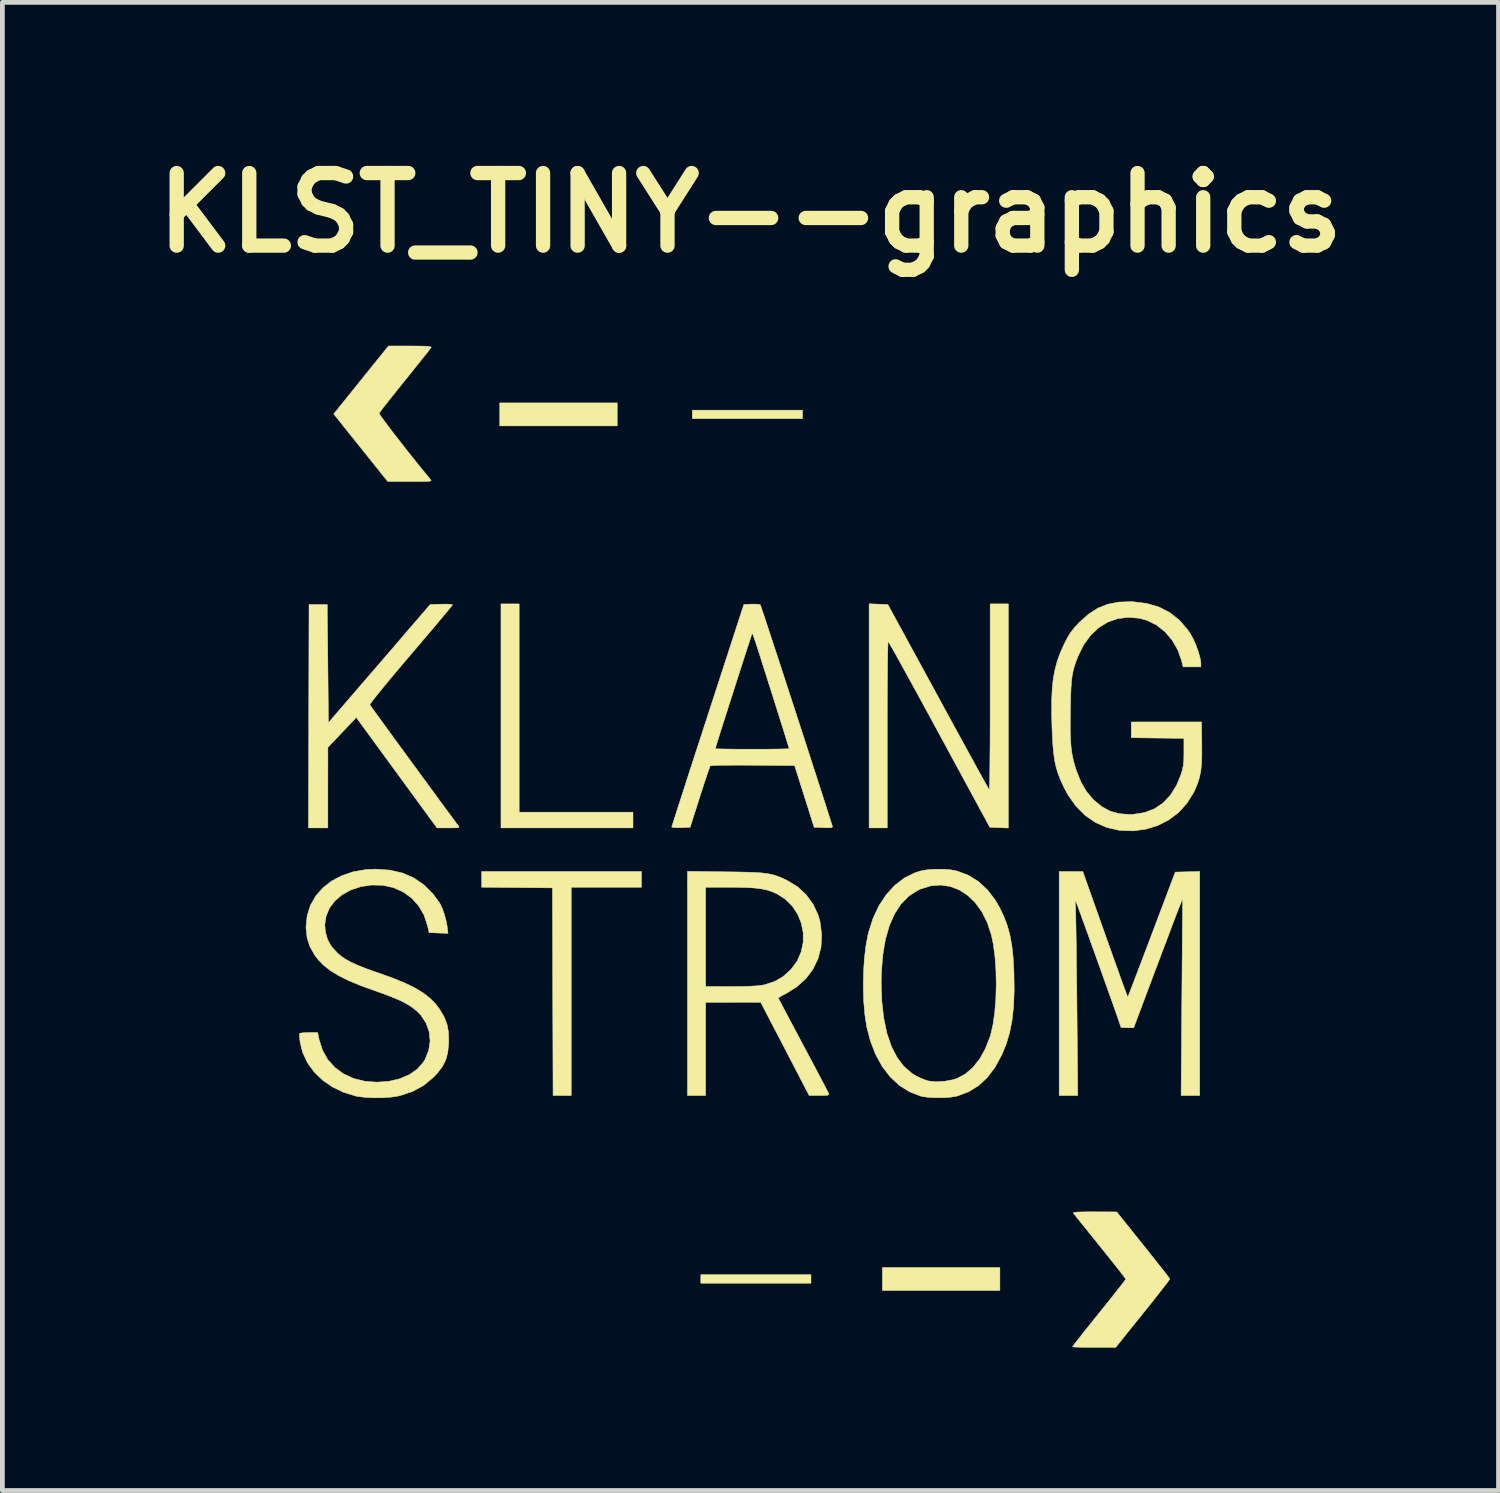
<source format=kicad_pcb>
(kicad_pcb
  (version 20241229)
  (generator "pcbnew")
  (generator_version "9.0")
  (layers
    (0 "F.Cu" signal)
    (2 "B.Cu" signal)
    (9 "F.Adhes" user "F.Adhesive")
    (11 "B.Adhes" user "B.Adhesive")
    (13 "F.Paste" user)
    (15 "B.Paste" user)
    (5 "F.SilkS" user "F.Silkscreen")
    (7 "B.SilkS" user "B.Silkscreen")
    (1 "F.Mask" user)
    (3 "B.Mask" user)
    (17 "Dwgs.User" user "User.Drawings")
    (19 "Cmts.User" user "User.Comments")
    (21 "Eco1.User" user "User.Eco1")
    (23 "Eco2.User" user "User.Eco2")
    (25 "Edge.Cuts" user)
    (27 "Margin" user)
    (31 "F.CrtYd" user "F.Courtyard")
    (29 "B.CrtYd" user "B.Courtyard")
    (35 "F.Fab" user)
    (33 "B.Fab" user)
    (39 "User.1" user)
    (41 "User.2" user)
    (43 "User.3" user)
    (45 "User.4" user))
  (footprint "KLST_TINY--graphics"
    (layer "F.Cu")
    (at 12.707 1.418)
    (property "Reference" "KLST_TINY--graphics" (at 0 0 0) (layer "F.SilkS") (effects (font (size 1.524 1.524) (thickness 0.3))))
    (attr through_hole)
    (fp_poly (pts (xy -2.797 4.475) (xy -5.263 4.475) (xy -5.263 3.992) (xy -2.797 3.992) (xy -2.797 4.475)) (stroke (width 0.01) (type solid)) (fill yes) (layer "F.SilkS"))
    (fp_poly (pts (xy 1.093 4.322) (xy -1.22 4.322) (xy -1.22 4.144) (xy 1.093 4.144) (xy 1.093 4.322)) (stroke (width 0.01) (type solid)) (fill yes) (layer "F.SilkS"))
    (fp_poly (pts (xy 1.271 22.476) (xy -1.042 22.476) (xy -1.042 22.298) (xy 1.271 22.298) (xy 1.271 22.476)) (stroke (width 0.01) (type solid)) (fill yes) (layer "F.SilkS"))
    (fp_poly (pts (xy 5.238 22.629) (xy 2.771 22.629) (xy 2.771 22.146) (xy 5.238 22.146) (xy 5.238 22.629)) (stroke (width 0.01) (type solid)) (fill yes) (layer "F.SilkS"))
    (fp_poly (pts (xy -4.856 12.586) (xy -2.466 12.586) (xy -2.466 12.916) (xy -5.238 12.916) (xy -5.238 8.212) (xy -4.856 8.212) (xy -4.856 12.586)) (stroke (width 0.01) (type solid)) (fill yes) (layer "F.SilkS"))
    (fp_poly (pts (xy -2.288 14.162) (xy -3.763 14.162) (xy -3.763 18.535) (xy -4.144 18.535) (xy -4.151 16.355) (xy -4.157 14.175) (xy -4.901 14.168) (xy -5.644 14.161) (xy -5.644 13.831) (xy -2.288 13.831) (xy -2.288 14.162)) (stroke (width 0.01) (type solid)) (fill yes) (layer "F.SilkS"))
    (fp_poly (pts (xy -6.974 2.798) (xy -6.851 2.8) (xy -6.768 2.804) (xy -6.721 2.811) (xy -6.702 2.821) (xy -6.703 2.829) (xy -6.723 2.855) (xy -6.772 2.917) (xy -6.844 3.008) (xy -6.937 3.124) (xy -7.046 3.26) (xy -7.167 3.412) (xy -7.253 3.518) (xy -7.381 3.677) (xy -7.498 3.824) (xy -7.601 3.954) (xy -7.687 4.062) (xy -7.75 4.145) (xy -7.788 4.195) (xy -7.797 4.21) (xy -7.784 4.235) (xy -7.743 4.294) (xy -7.679 4.382) (xy -7.595 4.494) (xy -7.496 4.624) (xy -7.385 4.767) (xy -7.267 4.918) (xy -7.147 5.071) (xy -7.027 5.221) (xy -6.913 5.363) (xy -6.808 5.491) (xy -6.717 5.6) (xy -6.706 5.616) (xy -6.709 5.627) (xy -6.731 5.635) (xy -6.779 5.64) (xy -6.859 5.642) (xy -6.976 5.643) (xy -7.139 5.643) (xy -7.147 5.643) (xy -7.615 5.642) (xy -8.183 4.933) (xy -8.75 4.224) (xy -8.175 3.51) (xy -7.6 2.797) (xy -7.142 2.797) (xy -6.974 2.798)) (stroke (width 0.01) (type solid)) (fill yes) (layer "F.SilkS"))
    (fp_poly (pts (xy 2.688 8.218) (xy 2.885 8.225) (xy 3.941 10.162) (xy 4.099 10.453) (xy 4.25 10.73) (xy 4.394 10.992) (xy 4.526 11.234) (xy 4.647 11.454) (xy 4.753 11.648) (xy 4.844 11.813) (xy 4.918 11.946) (xy 4.972 12.043) (xy 5.005 12.101) (xy 5.015 12.118) (xy 5.018 12.096) (xy 5.021 12.027) (xy 5.024 11.915) (xy 5.026 11.764) (xy 5.028 11.577) (xy 5.03 11.358) (xy 5.032 11.112) (xy 5.033 10.841) (xy 5.034 10.55) (xy 5.034 10.243) (xy 5.034 10.174) (xy 5.034 8.212) (xy 5.416 8.212) (xy 5.416 12.918) (xy 5.221 12.911) (xy 5.027 12.903) (xy 3.969 10.953) (xy 3.811 10.662) (xy 3.66 10.384) (xy 3.517 10.122) (xy 3.384 9.88) (xy 3.264 9.661) (xy 3.157 9.467) (xy 3.066 9.303) (xy 2.992 9.171) (xy 2.937 9.075) (xy 2.903 9.017) (xy 2.892 9.001) (xy 2.889 9.026) (xy 2.886 9.098) (xy 2.884 9.212) (xy 2.881 9.366) (xy 2.879 9.556) (xy 2.877 9.776) (xy 2.875 10.025) (xy 2.874 10.297) (xy 2.873 10.589) (xy 2.873 10.896) (xy 2.873 10.958) (xy 2.873 12.916) (xy 2.492 12.916) (xy 2.492 8.21) (xy 2.688 8.218)) (stroke (width 0.01) (type solid)) (fill yes) (layer "F.SilkS"))
    (fp_poly (pts (xy 7.224 20.977) (xy 7.691 20.979) (xy 8.248 21.674) (xy 8.377 21.836) (xy 8.496 21.986) (xy 8.601 22.119) (xy 8.689 22.23) (xy 8.754 22.315) (xy 8.795 22.369) (xy 8.807 22.386) (xy 8.792 22.41) (xy 8.749 22.468) (xy 8.681 22.556) (xy 8.592 22.671) (xy 8.485 22.806) (xy 8.364 22.959) (xy 8.239 23.114) (xy 7.669 23.824) (xy 7.216 23.824) (xy 7.071 23.823) (xy 6.945 23.821) (xy 6.846 23.818) (xy 6.783 23.814) (xy 6.763 23.81) (xy 6.779 23.787) (xy 6.822 23.73) (xy 6.891 23.642) (xy 6.98 23.529) (xy 7.087 23.394) (xy 7.208 23.243) (xy 7.323 23.101) (xy 7.453 22.939) (xy 7.572 22.789) (xy 7.677 22.656) (xy 7.764 22.546) (xy 7.83 22.461) (xy 7.87 22.408) (xy 7.882 22.39) (xy 7.866 22.367) (xy 7.823 22.309) (xy 7.755 22.221) (xy 7.665 22.108) (xy 7.559 21.974) (xy 7.439 21.824) (xy 7.345 21.707) (xy 7.216 21.547) (xy 7.097 21.399) (xy 6.991 21.268) (xy 6.903 21.158) (xy 6.836 21.075) (xy 6.794 21.023) (xy 6.782 21.008) (xy 6.783 20.996) (xy 6.809 20.988) (xy 6.866 20.982) (xy 6.96 20.979) (xy 7.095 20.977) (xy 7.224 20.977)) (stroke (width 0.01) (type solid)) (fill yes) (layer "F.SilkS"))
    (fp_poly (pts (xy -6.308 8.22) (xy -6.262 8.226) (xy -6.255 8.231) (xy -6.271 8.253) (xy -6.318 8.311) (xy -6.391 8.4) (xy -6.488 8.516) (xy -6.606 8.657) (xy -6.742 8.818) (xy -6.893 8.996) (xy -7.056 9.187) (xy -7.132 9.277) (xy -7.317 9.494) (xy -7.484 9.692) (xy -7.631 9.869) (xy -7.756 10.021) (xy -7.857 10.146) (xy -7.931 10.241) (xy -7.977 10.304) (xy -7.991 10.331) (xy -7.991 10.332) (xy -7.971 10.36) (xy -7.925 10.424) (xy -7.855 10.521) (xy -7.764 10.646) (xy -7.657 10.794) (xy -7.535 10.961) (xy -7.402 11.143) (xy -7.262 11.335) (xy -7.117 11.533) (xy -6.971 11.732) (xy -6.827 11.929) (xy -6.688 12.118) (xy -6.558 12.296) (xy -6.439 12.458) (xy -6.335 12.599) (xy -6.249 12.715) (xy -6.185 12.803) (xy -6.145 12.856) (xy -6.133 12.872) (xy -6.118 12.892) (xy -6.123 12.905) (xy -6.154 12.912) (xy -6.22 12.915) (xy -6.328 12.916) (xy -6.338 12.916) (xy -6.581 12.916) (xy -7.429 11.756) (xy -8.276 10.597) (xy -8.872 11.225) (xy -8.873 12.071) (xy -8.873 12.916) (xy -9.281 12.916) (xy -9.274 10.571) (xy -9.268 8.225) (xy -8.886 8.225) (xy -8.873 9.466) (xy -8.861 10.707) (xy -8.208 9.949) (xy -8.042 9.756) (xy -7.866 9.553) (xy -7.69 9.348) (xy -7.519 9.15) (xy -7.362 8.967) (xy -7.225 8.807) (xy -7.14 8.708) (xy -6.724 8.225) (xy -6.49 8.218) (xy -6.387 8.217) (xy -6.308 8.22)) (stroke (width 0.01) (type solid)) (fill yes) (layer "F.SilkS"))
    (fp_poly (pts (xy 9.433 18.535) (xy 9.043 18.535) (xy 9.059 16.469) (xy 9.075 14.404) (xy 9.018 14.543) (xy 8.997 14.594) (xy 8.961 14.688) (xy 8.911 14.819) (xy 8.849 14.982) (xy 8.778 15.172) (xy 8.698 15.383) (xy 8.612 15.611) (xy 8.522 15.851) (xy 8.504 15.897) (xy 8.048 17.111) (xy 7.914 17.111) (xy 7.839 17.11) (xy 7.791 17.106) (xy 7.78 17.102) (xy 7.772 17.075) (xy 7.748 17.005) (xy 7.711 16.897) (xy 7.662 16.759) (xy 7.604 16.593) (xy 7.537 16.407) (xy 7.465 16.205) (xy 7.389 15.992) (xy 7.311 15.774) (xy 7.233 15.557) (xy 7.157 15.345) (xy 7.085 15.144) (xy 7.018 14.96) (xy 6.959 14.797) (xy 6.909 14.661) (xy 6.871 14.557) (xy 6.846 14.491) (xy 6.836 14.468) (xy 6.822 14.456) (xy 6.819 14.488) (xy 6.824 14.531) (xy 6.826 14.572) (xy 6.829 14.66) (xy 6.832 14.79) (xy 6.835 14.959) (xy 6.838 15.162) (xy 6.842 15.396) (xy 6.845 15.655) (xy 6.848 15.935) (xy 6.852 16.234) (xy 6.855 16.546) (xy 6.855 16.584) (xy 6.873 18.535) (xy 6.483 18.535) (xy 6.483 13.831) (xy 6.731 13.832) (xy 6.979 13.832) (xy 7.448 15.154) (xy 7.535 15.4) (xy 7.618 15.631) (xy 7.694 15.843) (xy 7.761 16.031) (xy 7.819 16.191) (xy 7.866 16.319) (xy 7.9 16.409) (xy 7.919 16.459) (xy 7.924 16.468) (xy 7.934 16.443) (xy 7.96 16.376) (xy 8.001 16.269) (xy 8.055 16.128) (xy 8.121 15.956) (xy 8.196 15.759) (xy 8.279 15.54) (xy 8.369 15.303) (xy 8.426 15.152) (xy 8.92 13.844) (xy 9.177 13.837) (xy 9.433 13.83) (xy 9.433 18.535)) (stroke (width 0.01) (type solid)) (fill yes) (layer "F.SilkS"))
    (fp_poly (pts (xy -0.515 13.838) (xy -0.268 13.841) (xy -0.065 13.846) (xy 0.1 13.852) (xy 0.235 13.861) (xy 0.347 13.874) (xy 0.442 13.892) (xy 0.528 13.915) (xy 0.61 13.945) (xy 0.696 13.983) (xy 0.783 14.025) (xy 0.993 14.154) (xy 1.172 14.321) (xy 1.316 14.519) (xy 1.42 14.74) (xy 1.463 14.892) (xy 1.496 15.163) (xy 1.482 15.42) (xy 1.42 15.661) (xy 1.313 15.883) (xy 1.163 16.082) (xy 0.97 16.255) (xy 0.761 16.386) (xy 0.678 16.43) (xy 0.616 16.465) (xy 0.586 16.485) (xy 0.585 16.486) (xy 0.596 16.51) (xy 0.629 16.573) (xy 0.682 16.673) (xy 0.75 16.803) (xy 0.833 16.96) (xy 0.928 17.138) (xy 1.032 17.334) (xy 1.104 17.47) (xy 1.214 17.677) (xy 1.317 17.87) (xy 1.41 18.046) (xy 1.491 18.199) (xy 1.557 18.325) (xy 1.605 18.419) (xy 1.634 18.476) (xy 1.641 18.491) (xy 1.645 18.512) (xy 1.629 18.526) (xy 1.586 18.532) (xy 1.505 18.534) (xy 1.446 18.534) (xy 1.233 18.534) (xy 0.725 17.556) (xy 0.216 16.578) (xy -0.362 16.577) (xy -0.941 16.577) (xy -0.941 18.535) (xy -1.322 18.535) (xy -1.322 16.247) (xy -0.941 16.247) (xy -0.4 16.246) (xy -0.182 16.245) (xy -0.008 16.24) (xy 0.128 16.232) (xy 0.233 16.221) (xy 0.303 16.208) (xy 0.51 16.139) (xy 0.689 16.035) (xy 0.851 15.887) (xy 0.852 15.887) (xy 0.98 15.713) (xy 1.064 15.523) (xy 1.107 15.323) (xy 1.108 15.119) (xy 1.069 14.919) (xy 0.993 14.73) (xy 0.879 14.558) (xy 0.729 14.41) (xy 0.559 14.301) (xy 0.46 14.257) (xy 0.355 14.222) (xy 0.238 14.197) (xy 0.098 14.179) (xy -0.071 14.168) (xy -0.277 14.163) (xy -0.426 14.162) (xy -0.941 14.162) (xy -0.941 16.247) (xy -1.322 16.247) (xy -1.322 13.827) (xy -0.515 13.838)) (stroke (width 0.01) (type solid)) (fill yes) (layer "F.SilkS"))
    (fp_poly (pts (xy 4.058 13.784) (xy 4.221 13.798) (xy 4.33 13.819) (xy 4.568 13.906) (xy 4.784 14.039) (xy 4.976 14.216) (xy 5.143 14.435) (xy 5.235 14.594) (xy 5.324 14.782) (xy 5.394 14.969) (xy 5.448 15.163) (xy 5.487 15.376) (xy 5.514 15.617) (xy 5.531 15.895) (xy 5.533 15.967) (xy 5.538 16.334) (xy 5.526 16.659) (xy 5.494 16.95) (xy 5.443 17.213) (xy 5.372 17.454) (xy 5.278 17.681) (xy 5.277 17.683) (xy 5.135 17.943) (xy 4.973 18.157) (xy 4.791 18.327) (xy 4.585 18.454) (xy 4.354 18.542) (xy 4.33 18.548) (xy 4.209 18.569) (xy 4.059 18.581) (xy 3.897 18.582) (xy 3.742 18.574) (xy 3.612 18.556) (xy 3.577 18.548) (xy 3.341 18.457) (xy 3.127 18.322) (xy 2.935 18.144) (xy 2.768 17.927) (xy 2.628 17.672) (xy 2.517 17.382) (xy 2.442 17.093) (xy 2.404 16.846) (xy 2.379 16.567) (xy 2.37 16.27) (xy 2.371 16.169) (xy 2.746 16.169) (xy 2.759 16.561) (xy 2.8 16.915) (xy 2.866 17.229) (xy 2.959 17.502) (xy 3.078 17.734) (xy 3.222 17.924) (xy 3.391 18.07) (xy 3.481 18.125) (xy 3.579 18.172) (xy 3.678 18.211) (xy 3.743 18.23) (xy 3.893 18.246) (xy 4.064 18.238) (xy 4.233 18.208) (xy 4.33 18.179) (xy 4.508 18.086) (xy 4.67 17.948) (xy 4.813 17.768) (xy 4.934 17.551) (xy 5.031 17.301) (xy 5.045 17.255) (xy 5.095 17.036) (xy 5.131 16.78) (xy 5.153 16.499) (xy 5.161 16.205) (xy 5.155 15.91) (xy 5.135 15.625) (xy 5.101 15.363) (xy 5.059 15.164) (xy 4.973 14.904) (xy 4.86 14.677) (xy 4.721 14.486) (xy 4.562 14.332) (xy 4.386 14.218) (xy 4.195 14.145) (xy 3.994 14.116) (xy 3.786 14.133) (xy 3.575 14.198) (xy 3.508 14.229) (xy 3.321 14.351) (xy 3.16 14.516) (xy 3.025 14.724) (xy 2.916 14.973) (xy 2.833 15.263) (xy 2.778 15.593) (xy 2.75 15.962) (xy 2.746 16.169) (xy 2.371 16.169) (xy 2.374 15.966) (xy 2.392 15.67) (xy 2.424 15.395) (xy 2.469 15.154) (xy 2.477 15.119) (xy 2.573 14.819) (xy 2.698 14.551) (xy 2.851 14.319) (xy 3.028 14.124) (xy 3.228 13.97) (xy 3.448 13.86) (xy 3.573 13.82) (xy 3.713 13.795) (xy 3.881 13.783) (xy 4.058 13.784)) (stroke (width 0.01) (type solid)) (fill yes) (layer "F.SilkS"))
    (fp_poly (pts (xy 0.178 8.222) (xy 0.206 8.231) (xy 0.216 8.256) (xy 0.24 8.327) (xy 0.278 8.438) (xy 0.327 8.585) (xy 0.386 8.766) (xy 0.455 8.975) (xy 0.532 9.209) (xy 0.616 9.465) (xy 0.705 9.738) (xy 0.798 10.024) (xy 0.895 10.32) (xy 0.993 10.622) (xy 1.091 10.925) (xy 1.189 11.226) (xy 1.284 11.522) (xy 1.377 11.807) (xy 1.464 12.078) (xy 1.546 12.332) (xy 1.62 12.564) (xy 1.686 12.771) (xy 1.718 12.87) (xy 1.722 12.894) (xy 1.708 12.908) (xy 1.667 12.913) (xy 1.59 12.913) (xy 1.536 12.911) (xy 1.338 12.903) (xy 1.133 12.255) (xy 0.927 11.607) (xy 0.052 11.6) (xy -0.154 11.599) (xy -0.344 11.599) (xy -0.512 11.6) (xy -0.652 11.602) (xy -0.757 11.605) (xy -0.823 11.609) (xy -0.842 11.613) (xy -0.855 11.641) (xy -0.88 11.712) (xy -0.917 11.818) (xy -0.962 11.952) (xy -1.013 12.109) (xy -1.064 12.268) (xy -1.266 12.903) (xy -1.46 12.911) (xy -1.551 12.912) (xy -1.619 12.908) (xy -1.651 12.9) (xy -1.652 12.898) (xy -1.645 12.872) (xy -1.622 12.8) (xy -1.586 12.687) (xy -1.538 12.535) (xy -1.478 12.349) (xy -1.407 12.131) (xy -1.328 11.884) (xy -1.24 11.612) (xy -1.145 11.319) (xy -1.122 11.25) (xy -0.737 11.25) (xy -0.713 11.254) (xy -0.644 11.257) (xy -0.536 11.259) (xy -0.396 11.261) (xy -0.23 11.263) (xy -0.044 11.263) (xy 0.038 11.263) (xy 0.231 11.263) (xy 0.406 11.262) (xy 0.558 11.26) (xy 0.68 11.258) (xy 0.765 11.256) (xy 0.809 11.253) (xy 0.814 11.252) (xy 0.806 11.225) (xy 0.784 11.154) (xy 0.749 11.041) (xy 0.703 10.891) (xy 0.645 10.708) (xy 0.578 10.495) (xy 0.503 10.256) (xy 0.42 9.994) (xy 0.331 9.713) (xy 0.237 9.418) (xy 0.187 9.259) (xy 0.142 9.12) (xy 0.102 8.999) (xy 0.07 8.905) (xy 0.047 8.846) (xy 0.038 8.827) (xy 0.029 8.852) (xy 0.006 8.92) (xy -0.028 9.025) (xy -0.073 9.162) (xy -0.125 9.324) (xy -0.184 9.507) (xy -0.248 9.705) (xy -0.314 9.911) (xy -0.381 10.121) (xy -0.448 10.329) (xy -0.511 10.529) (xy -0.571 10.716) (xy -0.624 10.883) (xy -0.669 11.026) (xy -0.704 11.138) (xy -0.727 11.214) (xy -0.737 11.249) (xy -0.737 11.25) (xy -1.122 11.25) (xy -1.043 11.008) (xy -0.937 10.681) (xy -0.895 10.552) (xy -0.138 8.225) (xy 0.024 8.217) (xy 0.111 8.217) (xy 0.178 8.222)) (stroke (width 0.01) (type solid)) (fill yes) (layer "F.SilkS"))
    (fp_poly (pts (xy 8.034 8.167) (xy 8.32 8.202) (xy 8.579 8.278) (xy 8.809 8.397) (xy 9.011 8.558) (xy 9.186 8.762) (xy 9.231 8.828) (xy 9.291 8.935) (xy 9.349 9.064) (xy 9.399 9.199) (xy 9.437 9.327) (xy 9.457 9.431) (xy 9.458 9.46) (xy 9.458 9.535) (xy 9.086 9.535) (xy 9.055 9.411) (xy 8.973 9.178) (xy 8.854 8.972) (xy 8.704 8.797) (xy 8.528 8.657) (xy 8.33 8.559) (xy 8.168 8.514) (xy 7.933 8.494) (xy 7.709 8.522) (xy 7.501 8.596) (xy 7.31 8.714) (xy 7.141 8.875) (xy 6.995 9.076) (xy 6.877 9.316) (xy 6.871 9.331) (xy 6.83 9.439) (xy 6.798 9.536) (xy 6.773 9.63) (xy 6.755 9.729) (xy 6.741 9.843) (xy 6.732 9.98) (xy 6.725 10.148) (xy 6.72 10.356) (xy 6.719 10.421) (xy 6.716 10.675) (xy 6.716 10.888) (xy 6.722 11.066) (xy 6.733 11.218) (xy 6.751 11.353) (xy 6.776 11.478) (xy 6.809 11.602) (xy 6.842 11.707) (xy 6.938 11.947) (xy 7.053 12.147) (xy 7.192 12.313) (xy 7.213 12.334) (xy 7.38 12.471) (xy 7.552 12.565) (xy 7.739 12.617) (xy 7.952 12.633) (xy 8.041 12.63) (xy 8.275 12.594) (xy 8.484 12.514) (xy 8.666 12.391) (xy 8.821 12.225) (xy 8.95 12.016) (xy 9.041 11.795) (xy 9.07 11.699) (xy 9.089 11.607) (xy 9.099 11.504) (xy 9.102 11.371) (xy 9.102 11.325) (xy 9.102 11.036) (xy 8.549 11.029) (xy 7.996 11.022) (xy 7.996 10.691) (xy 9.471 10.691) (xy 9.478 11.149) (xy 9.479 11.374) (xy 9.473 11.559) (xy 9.457 11.714) (xy 9.43 11.851) (xy 9.391 11.978) (xy 9.337 12.108) (xy 9.3 12.184) (xy 9.162 12.404) (xy 8.988 12.593) (xy 8.783 12.748) (xy 8.552 12.866) (xy 8.301 12.943) (xy 8.035 12.978) (xy 7.76 12.968) (xy 7.742 12.966) (xy 7.482 12.907) (xy 7.244 12.802) (xy 7.028 12.653) (xy 6.836 12.461) (xy 6.671 12.227) (xy 6.586 12.071) (xy 6.518 11.923) (xy 6.464 11.788) (xy 6.422 11.654) (xy 6.39 11.513) (xy 6.367 11.355) (xy 6.35 11.171) (xy 6.338 10.951) (xy 6.332 10.806) (xy 6.324 10.492) (xy 6.326 10.22) (xy 6.337 9.984) (xy 6.36 9.775) (xy 6.396 9.585) (xy 6.444 9.407) (xy 6.508 9.234) (xy 6.587 9.057) (xy 6.588 9.055) (xy 6.657 8.92) (xy 6.722 8.814) (xy 6.796 8.719) (xy 6.89 8.616) (xy 6.911 8.595) (xy 7.101 8.426) (xy 7.293 8.302) (xy 7.498 8.22) (xy 7.723 8.175) (xy 7.978 8.165) (xy 8.034 8.167)) (stroke (width 0.01) (type solid)) (fill yes) (layer "F.SilkS"))
    (fp_poly (pts (xy -7.574 13.802) (xy -7.306 13.863) (xy -7.066 13.967) (xy -6.853 14.113) (xy -6.664 14.303) (xy -6.525 14.494) (xy -6.478 14.589) (xy -6.431 14.716) (xy -6.393 14.854) (xy -6.368 14.984) (xy -6.368 14.987) (xy -6.35 15.13) (xy -6.548 15.123) (xy -6.747 15.115) (xy -6.78 14.97) (xy -6.854 14.745) (xy -6.968 14.551) (xy -7.115 14.388) (xy -7.292 14.261) (xy -7.493 14.171) (xy -7.715 14.121) (xy -7.952 14.115) (xy -8.181 14.149) (xy -8.395 14.22) (xy -8.578 14.322) (xy -8.727 14.45) (xy -8.839 14.6) (xy -8.91 14.768) (xy -8.937 14.948) (xy -8.924 15.102) (xy -8.877 15.265) (xy -8.798 15.404) (xy -8.678 15.538) (xy -8.676 15.54) (xy -8.592 15.611) (xy -8.498 15.675) (xy -8.385 15.737) (xy -8.247 15.8) (xy -8.076 15.868) (xy -7.865 15.943) (xy -7.789 15.969) (xy -7.496 16.074) (xy -7.248 16.176) (xy -7.041 16.278) (xy -6.868 16.383) (xy -6.726 16.494) (xy -6.608 16.615) (xy -6.526 16.724) (xy -6.431 16.883) (xy -6.371 17.038) (xy -6.34 17.203) (xy -6.335 17.396) (xy -6.337 17.445) (xy -6.355 17.63) (xy -6.396 17.785) (xy -6.466 17.924) (xy -6.571 18.062) (xy -6.66 18.156) (xy -6.861 18.323) (xy -7.095 18.45) (xy -7.359 18.538) (xy -7.391 18.545) (xy -7.538 18.568) (xy -7.715 18.581) (xy -7.903 18.583) (xy -8.084 18.574) (xy -8.24 18.556) (xy -8.276 18.549) (xy -8.537 18.47) (xy -8.774 18.357) (xy -8.984 18.212) (xy -9.161 18.04) (xy -9.302 17.845) (xy -9.402 17.632) (xy -9.455 17.416) (xy -9.465 17.329) (xy -9.469 17.262) (xy -9.467 17.232) (xy -9.437 17.223) (xy -9.371 17.216) (xy -9.281 17.213) (xy -9.271 17.213) (xy -9.087 17.213) (xy -9.057 17.36) (xy -8.986 17.584) (xy -8.875 17.78) (xy -8.727 17.946) (xy -8.545 18.079) (xy -8.333 18.177) (xy -8.094 18.236) (xy -7.845 18.255) (xy -7.593 18.237) (xy -7.366 18.184) (xy -7.166 18.099) (xy -7 17.985) (xy -6.872 17.842) (xy -6.832 17.777) (xy -6.755 17.586) (xy -6.726 17.392) (xy -6.745 17.199) (xy -6.809 17.017) (xy -6.918 16.85) (xy -7.003 16.763) (xy -7.096 16.688) (xy -7.203 16.618) (xy -7.332 16.55) (xy -7.491 16.481) (xy -7.686 16.406) (xy -7.885 16.335) (xy -8.182 16.228) (xy -8.433 16.124) (xy -8.643 16.02) (xy -8.817 15.914) (xy -8.96 15.802) (xy -9.076 15.683) (xy -9.15 15.585) (xy -9.251 15.404) (xy -9.309 15.222) (xy -9.331 15.02) (xy -9.331 14.988) (xy -9.307 14.756) (xy -9.239 14.541) (xy -9.128 14.347) (xy -8.98 14.177) (xy -8.797 14.033) (xy -8.583 13.919) (xy -8.341 13.837) (xy -8.075 13.791) (xy -7.871 13.781) (xy -7.574 13.802)) (stroke (width 0.01) (type solid)) (fill yes) (layer "F.SilkS")))
  (gr_rect
    (start -3 -3)
    (end 28.415 28.247)
    (stroke (width 0.1) (type default))
    (fill no)
    (layer "Edge.Cuts")))
</source>
